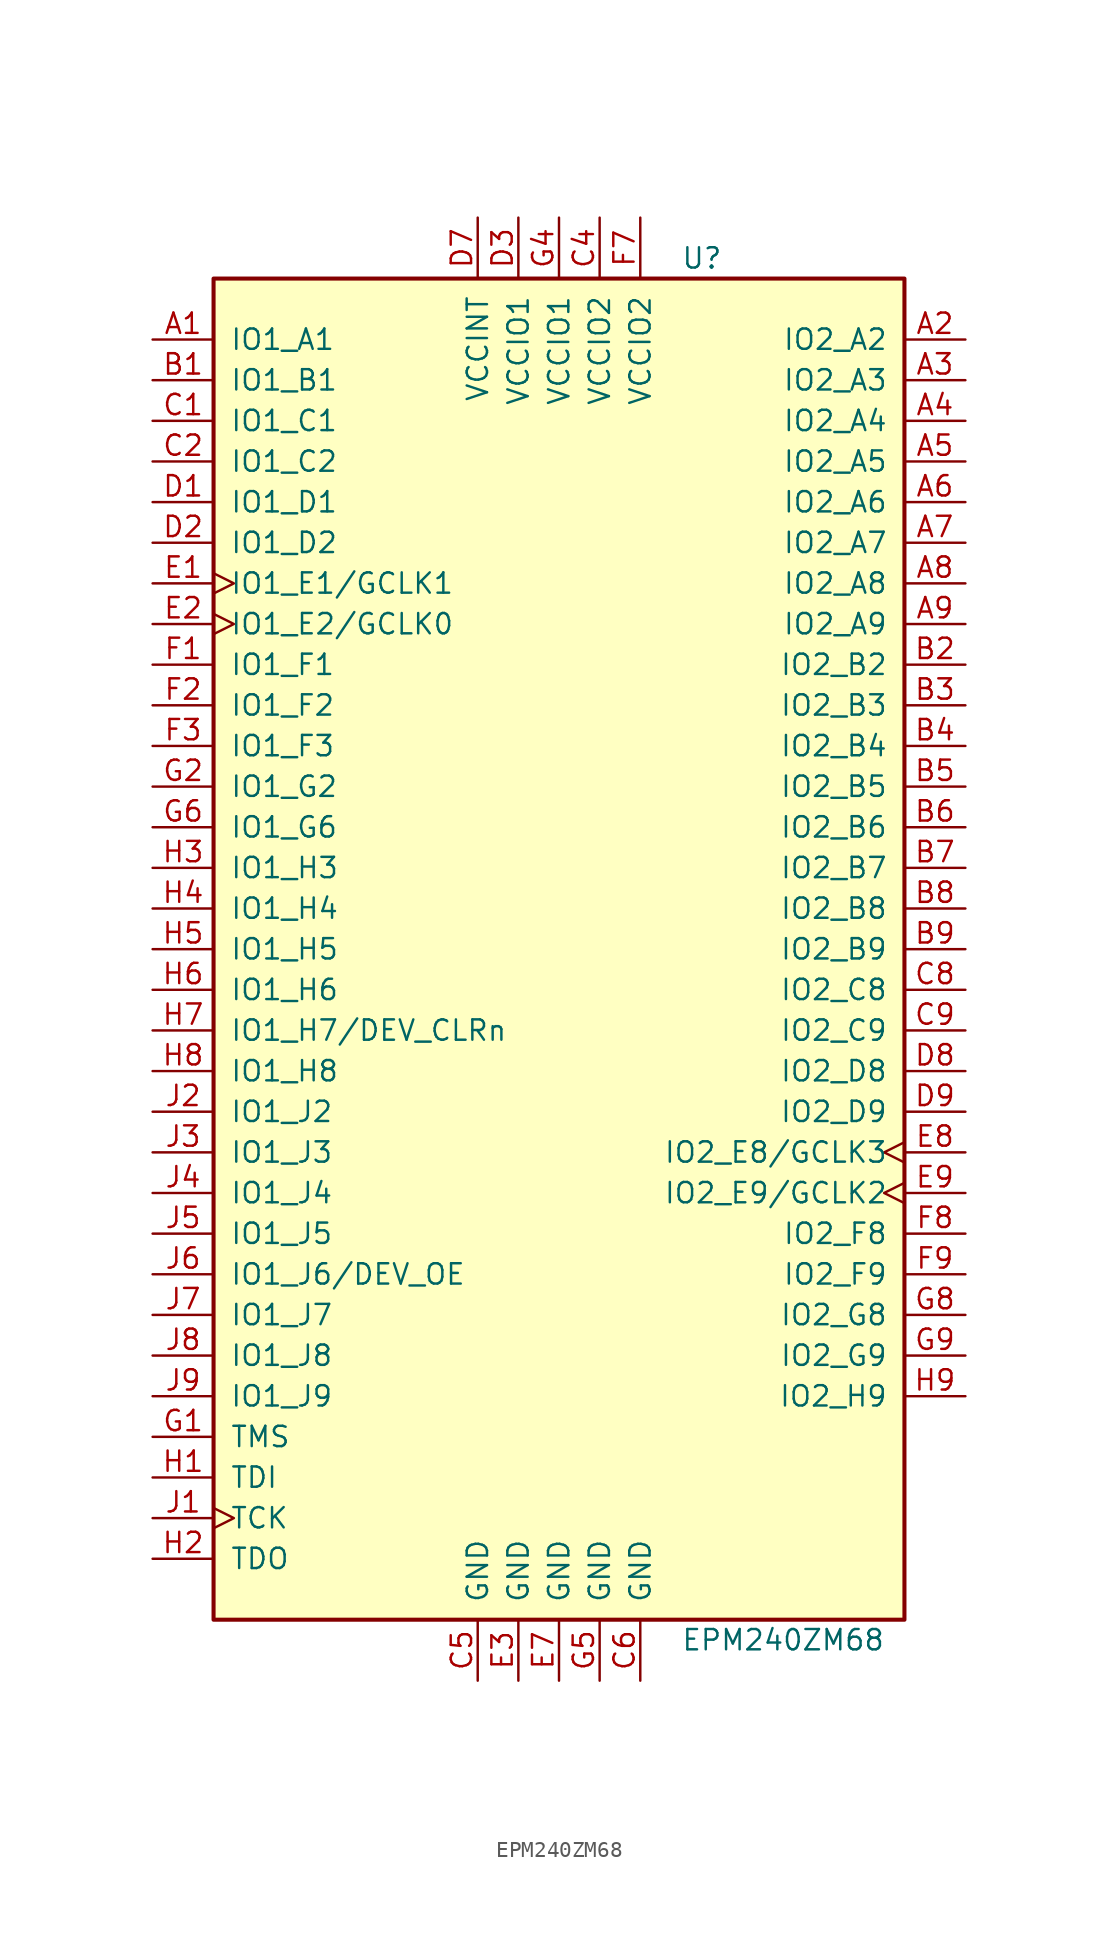
<source format=kicad_sym>
(kicad_symbol_lib
  (version 20201005)
  (generator kicad_symbol_editor)
  (symbol "EPM240ZM68"
    (pin_names
      (offset 1.016))
    (property "Reference" "U"
      (at 7.62 43.18 0)
      (effects (font (size 1.27 1.27)) (justify left)))
    (property "Value" "EPM240ZM68"
      (at 7.62 -43.18 0)
      (effects (font (size 1.27 1.27)) (justify left)))
    (property "ki_locked" ""
      (at 0 0 0)
      (effects (font (size 1.27 1.27))))
    (symbol "EPM240ZM68_1_1"
      (rectangle (start -21.59 41.91) (end 21.59 -41.91) (stroke (width 0.254)) (fill (type background)))
      (pin bidirectional line (at -25.4 38.1 0) (length 3.81) (name "IO1_A1" (effects (font (size 1.27 1.27)))) (number "A1" (effects (font (size 1.27 1.27)))))
      (pin bidirectional line (at 25.4 38.1 180) (length 3.81) (name "IO2_A2" (effects (font (size 1.27 1.27)))) (number "A2" (effects (font (size 1.27 1.27)))))
      (pin bidirectional line (at 25.4 35.56 180) (length 3.81) (name "IO2_A3" (effects (font (size 1.27 1.27)))) (number "A3" (effects (font (size 1.27 1.27)))))
      (pin bidirectional line (at 25.4 33.02 180) (length 3.81) (name "IO2_A4" (effects (font (size 1.27 1.27)))) (number "A4" (effects (font (size 1.27 1.27)))))
      (pin bidirectional line (at 25.4 30.48 180) (length 3.81) (name "IO2_A5" (effects (font (size 1.27 1.27)))) (number "A5" (effects (font (size 1.27 1.27)))))
      (pin bidirectional line (at 25.4 27.94 180) (length 3.81) (name "IO2_A6" (effects (font (size 1.27 1.27)))) (number "A6" (effects (font (size 1.27 1.27)))))
      (pin bidirectional line (at 25.4 25.4 180) (length 3.81) (name "IO2_A7" (effects (font (size 1.27 1.27)))) (number "A7" (effects (font (size 1.27 1.27)))))
      (pin bidirectional line (at 25.4 22.86 180) (length 3.81) (name "IO2_A8" (effects (font (size 1.27 1.27)))) (number "A8" (effects (font (size 1.27 1.27)))))
      (pin bidirectional line (at 25.4 20.32 180) (length 3.81) (name "IO2_A9" (effects (font (size 1.27 1.27)))) (number "A9" (effects (font (size 1.27 1.27)))))
      (pin bidirectional line (at -25.4 35.56 0) (length 3.81) (name "IO1_B1" (effects (font (size 1.27 1.27)))) (number "B1" (effects (font (size 1.27 1.27)))))
      (pin bidirectional line (at 25.4 17.78 180) (length 3.81) (name "IO2_B2" (effects (font (size 1.27 1.27)))) (number "B2" (effects (font (size 1.27 1.27)))))
      (pin bidirectional line (at 25.4 15.24 180) (length 3.81) (name "IO2_B3" (effects (font (size 1.27 1.27)))) (number "B3" (effects (font (size 1.27 1.27)))))
      (pin bidirectional line (at 25.4 12.7 180) (length 3.81) (name "IO2_B4" (effects (font (size 1.27 1.27)))) (number "B4" (effects (font (size 1.27 1.27)))))
      (pin bidirectional line (at 25.4 10.16 180) (length 3.81) (name "IO2_B5" (effects (font (size 1.27 1.27)))) (number "B5" (effects (font (size 1.27 1.27)))))
      (pin bidirectional line (at 25.4 7.62 180) (length 3.81) (name "IO2_B6" (effects (font (size 1.27 1.27)))) (number "B6" (effects (font (size 1.27 1.27)))))
      (pin bidirectional line (at 25.4 5.08 180) (length 3.81) (name "IO2_B7" (effects (font (size 1.27 1.27)))) (number "B7" (effects (font (size 1.27 1.27)))))
      (pin bidirectional line (at 25.4 2.54 180) (length 3.81) (name "IO2_B8" (effects (font (size 1.27 1.27)))) (number "B8" (effects (font (size 1.27 1.27)))))
      (pin bidirectional line (at 25.4 0 180) (length 3.81) (name "IO2_B9" (effects (font (size 1.27 1.27)))) (number "B9" (effects (font (size 1.27 1.27)))))
      (pin bidirectional line (at -25.4 33.02 0) (length 3.81) (name "IO1_C1" (effects (font (size 1.27 1.27)))) (number "C1" (effects (font (size 1.27 1.27)))))
      (pin bidirectional line (at -25.4 30.48 0) (length 3.81) (name "IO1_C2" (effects (font (size 1.27 1.27)))) (number "C2" (effects (font (size 1.27 1.27)))))
      (pin bidirectional line (at 25.4 -2.54 180) (length 3.81) (name "IO2_C8" (effects (font (size 1.27 1.27)))) (number "C8" (effects (font (size 1.27 1.27)))))
      (pin bidirectional line (at 25.4 -5.08 180) (length 3.81) (name "IO2_C9" (effects (font (size 1.27 1.27)))) (number "C9" (effects (font (size 1.27 1.27)))))
      (pin bidirectional line (at -25.4 27.94 0) (length 3.81) (name "IO1_D1" (effects (font (size 1.27 1.27)))) (number "D1" (effects (font (size 1.27 1.27)))))
      (pin bidirectional line (at -25.4 25.4 0) (length 3.81) (name "IO1_D2" (effects (font (size 1.27 1.27)))) (number "D2" (effects (font (size 1.27 1.27)))))
      (pin bidirectional line (at 25.4 -7.62 180) (length 3.81) (name "IO2_D8" (effects (font (size 1.27 1.27)))) (number "D8" (effects (font (size 1.27 1.27)))))
      (pin bidirectional line (at 25.4 -10.16 180) (length 3.81) (name "IO2_D9" (effects (font (size 1.27 1.27)))) (number "D9" (effects (font (size 1.27 1.27)))))
      (pin bidirectional clock (at -25.4 22.86 0) (length 3.81) (name "IO1_E1/GCLK1" (effects (font (size 1.27 1.27)))) (number "E1" (effects (font (size 1.27 1.27)))))
      (pin bidirectional clock (at -25.4 20.32 0) (length 3.81) (name "IO1_E2/GCLK0" (effects (font (size 1.27 1.27)))) (number "E2" (effects (font (size 1.27 1.27)))))
      (pin bidirectional clock (at 25.4 -12.7 180) (length 3.81) (name "IO2_E8/GCLK3" (effects (font (size 1.27 1.27)))) (number "E8" (effects (font (size 1.27 1.27)))))
      (pin bidirectional clock (at 25.4 -15.24 180) (length 3.81) (name "IO2_E9/GCLK2" (effects (font (size 1.27 1.27)))) (number "E9" (effects (font (size 1.27 1.27)))))
      (pin bidirectional line (at -25.4 17.78 0) (length 3.81) (name "IO1_F1" (effects (font (size 1.27 1.27)))) (number "F1" (effects (font (size 1.27 1.27)))))
      (pin bidirectional line (at -25.4 15.24 0) (length 3.81) (name "IO1_F2" (effects (font (size 1.27 1.27)))) (number "F2" (effects (font (size 1.27 1.27)))))
      (pin bidirectional line (at -25.4 12.7 0) (length 3.81) (name "IO1_F3" (effects (font (size 1.27 1.27)))) (number "F3" (effects (font (size 1.27 1.27)))))
      (pin bidirectional line (at 25.4 -17.78 180) (length 3.81) (name "IO2_F8" (effects (font (size 1.27 1.27)))) (number "F8" (effects (font (size 1.27 1.27)))))
      (pin bidirectional line (at 25.4 -20.32 180) (length 3.81) (name "IO2_F9" (effects (font (size 1.27 1.27)))) (number "F9" (effects (font (size 1.27 1.27)))))
      (pin bidirectional line (at -25.4 10.16 0) (length 3.81) (name "IO1_G2" (effects (font (size 1.27 1.27)))) (number "G2" (effects (font (size 1.27 1.27)))))
      (pin bidirectional line (at -25.4 7.62 0) (length 3.81) (name "IO1_G6" (effects (font (size 1.27 1.27)))) (number "G6" (effects (font (size 1.27 1.27)))))
      (pin bidirectional line (at 25.4 -22.86 180) (length 3.81) (name "IO2_G8" (effects (font (size 1.27 1.27)))) (number "G8" (effects (font (size 1.27 1.27)))))
      (pin bidirectional line (at 25.4 -25.4 180) (length 3.81) (name "IO2_G9" (effects (font (size 1.27 1.27)))) (number "G9" (effects (font (size 1.27 1.27)))))
      (pin bidirectional line (at -25.4 5.08 0) (length 3.81) (name "IO1_H3" (effects (font (size 1.27 1.27)))) (number "H3" (effects (font (size 1.27 1.27)))))
      (pin bidirectional line (at -25.4 2.54 0) (length 3.81) (name "IO1_H4" (effects (font (size 1.27 1.27)))) (number "H4" (effects (font (size 1.27 1.27)))))
      (pin bidirectional line (at -25.4 0 0) (length 3.81) (name "IO1_H5" (effects (font (size 1.27 1.27)))) (number "H5" (effects (font (size 1.27 1.27)))))
      (pin bidirectional line (at -25.4 -2.54 0) (length 3.81) (name "IO1_H6" (effects (font (size 1.27 1.27)))) (number "H6" (effects (font (size 1.27 1.27)))))
      (pin bidirectional line (at -25.4 -5.08 0) (length 3.81) (name "IO1_H7/DEV_CLRn" (effects (font (size 1.27 1.27)))) (number "H7" (effects (font (size 1.27 1.27)))))
      (pin bidirectional line (at -25.4 -7.62 0) (length 3.81) (name "IO1_H8" (effects (font (size 1.27 1.27)))) (number "H8" (effects (font (size 1.27 1.27)))))
      (pin bidirectional line (at 25.4 -27.94 180) (length 3.81) (name "IO2_H9" (effects (font (size 1.27 1.27)))) (number "H9" (effects (font (size 1.27 1.27)))))
      (pin bidirectional line (at -25.4 -10.16 0) (length 3.81) (name "IO1_J2" (effects (font (size 1.27 1.27)))) (number "J2" (effects (font (size 1.27 1.27)))))
      (pin bidirectional line (at -25.4 -12.7 0) (length 3.81) (name "IO1_J3" (effects (font (size 1.27 1.27)))) (number "J3" (effects (font (size 1.27 1.27)))))
      (pin bidirectional line (at -25.4 -15.24 0) (length 3.81) (name "IO1_J4" (effects (font (size 1.27 1.27)))) (number "J4" (effects (font (size 1.27 1.27)))))
      (pin bidirectional line (at -25.4 -17.78 0) (length 3.81) (name "IO1_J5" (effects (font (size 1.27 1.27)))) (number "J5" (effects (font (size 1.27 1.27)))))
      (pin bidirectional line (at -25.4 -20.32 0) (length 3.81) (name "IO1_J6/DEV_OE" (effects (font (size 1.27 1.27)))) (number "J6" (effects (font (size 1.27 1.27)))))
      (pin bidirectional line (at -25.4 -22.86 0) (length 3.81) (name "IO1_J7" (effects (font (size 1.27 1.27)))) (number "J7" (effects (font (size 1.27 1.27)))))
      (pin bidirectional line (at -25.4 -25.4 0) (length 3.81) (name "IO1_J8" (effects (font (size 1.27 1.27)))) (number "J8" (effects (font (size 1.27 1.27)))))
      (pin bidirectional line (at -25.4 -27.94 0) (length 3.81) (name "IO1_J9" (effects (font (size 1.27 1.27)))) (number "J9" (effects (font (size 1.27 1.27)))))
      (pin input line (at -25.4 -30.48 0) (length 3.81) (name "TMS" (effects (font (size 1.27 1.27)))) (number "G1" (effects (font (size 1.27 1.27)))))
      (pin input line (at -25.4 -33.02 0) (length 3.81) (name "TDI" (effects (font (size 1.27 1.27)))) (number "H1" (effects (font (size 1.27 1.27)))))
      (pin input clock (at -25.4 -35.56 0) (length 3.81) (name "TCK" (effects (font (size 1.27 1.27)))) (number "J1" (effects (font (size 1.27 1.27)))))
      (pin output line (at -25.4 -38.1 0) (length 3.81) (name "TDO" (effects (font (size 1.27 1.27)))) (number "H2" (effects (font (size 1.27 1.27)))))
      (pin power_in line (at -5.08 -45.72 90) (length 3.81) (name "GND" (effects (font (size 1.27 1.27)))) (number "C5" (effects (font (size 1.27 1.27)))))
      (pin power_in line (at -2.54 -45.72 90) (length 3.81) (name "GND" (effects (font (size 1.27 1.27)))) (number "E3" (effects (font (size 1.27 1.27)))))
      (pin power_in line (at 0 -45.72 90) (length 3.81) (name "GND" (effects (font (size 1.27 1.27)))) (number "E7" (effects (font (size 1.27 1.27)))))
      (pin power_in line (at 2.54 -45.72 90) (length 3.81) (name "GND" (effects (font (size 1.27 1.27)))) (number "G5" (effects (font (size 1.27 1.27)))))
      (pin power_in line (at 5.08 -45.72 90) (length 3.81) (name "GND" (effects (font (size 1.27 1.27)))) (number "C6" (effects (font (size 1.27 1.27)))))
      (pin power_in line (at -5.08 45.72 270) (length 3.81) (name "VCCINT" (effects (font (size 1.27 1.27)))) (number "D7" (effects (font (size 1.27 1.27)))))
      (pin power_in line (at -2.54 45.72 270) (length 3.81) (name "VCCIO1" (effects (font (size 1.27 1.27)))) (number "D3" (effects (font (size 1.27 1.27)))))
      (pin power_in line (at 0 45.72 270) (length 3.81) (name "VCCIO1" (effects (font (size 1.27 1.27)))) (number "G4" (effects (font (size 1.27 1.27)))))
      (pin power_in line (at 2.54 45.72 270) (length 3.81) (name "VCCIO2" (effects (font (size 1.27 1.27)))) (number "C4" (effects (font (size 1.27 1.27)))))
      (pin power_in line (at 5.08 45.72 270) (length 3.81) (name "VCCIO2" (effects (font (size 1.27 1.27)))) (number "F7" (effects (font (size 1.27 1.27))))))))
</source>
